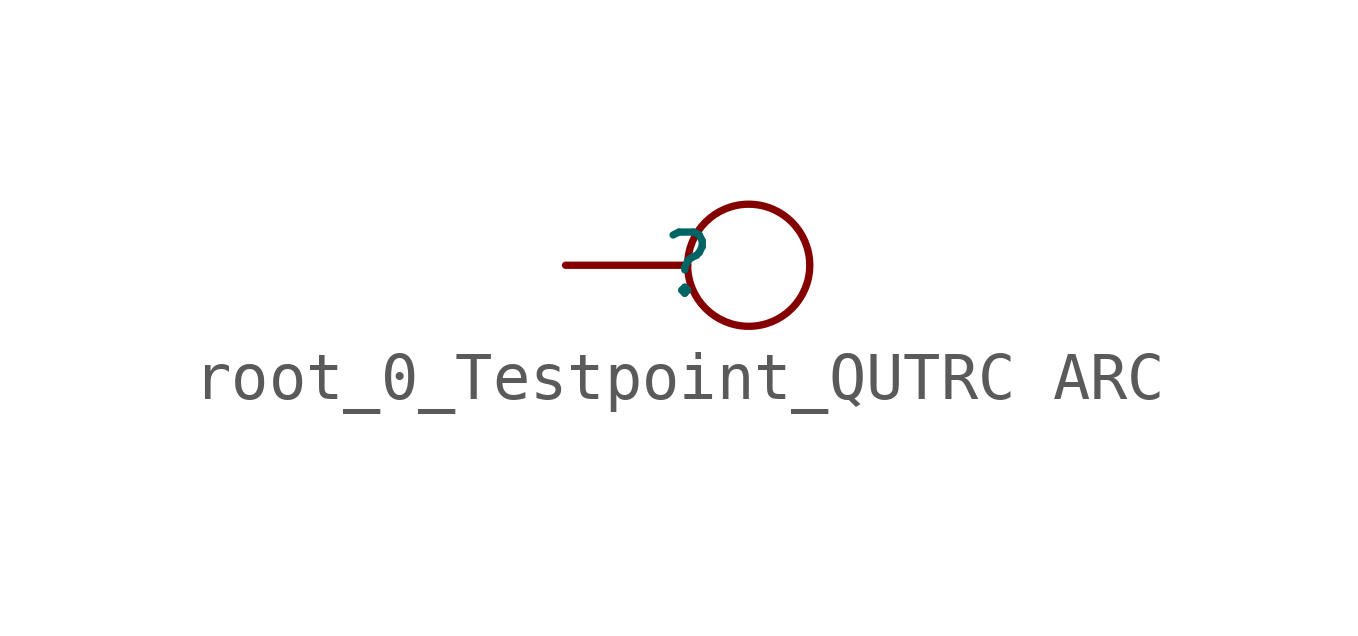
<source format=kicad_sym>
(kicad_symbol_lib
  (version 20241209)
  (generator "kicad_symbol_editor")
  (generator_version "9.99")
  (symbol "root_0_Testpoint_QUTRC ARC"
    (pin_numbers
      (hide yes))
    (pin_names
      (hide yes))
    (property "Reference" ""
      (at 0 0 0)
      (effects (font (size 1.27 1.27))))
    (property "Value" ""
      (at 0 0 0)
      (effects (font (size 1.27 1.27))))
    (symbol "root_0_Testpoint_QUTRC ARC_1_0"
      (circle (center 1.27 0) (radius 1.27) (stroke (width 0) (type solid)) (fill (type none)))
      (pin passive line (at -2.54 0 0) (length 2.54) (name "1" (effects (font (size 1.27 1.27)))) (number "1" (effects (font (size 1.27 1.27))))))))
</source>
